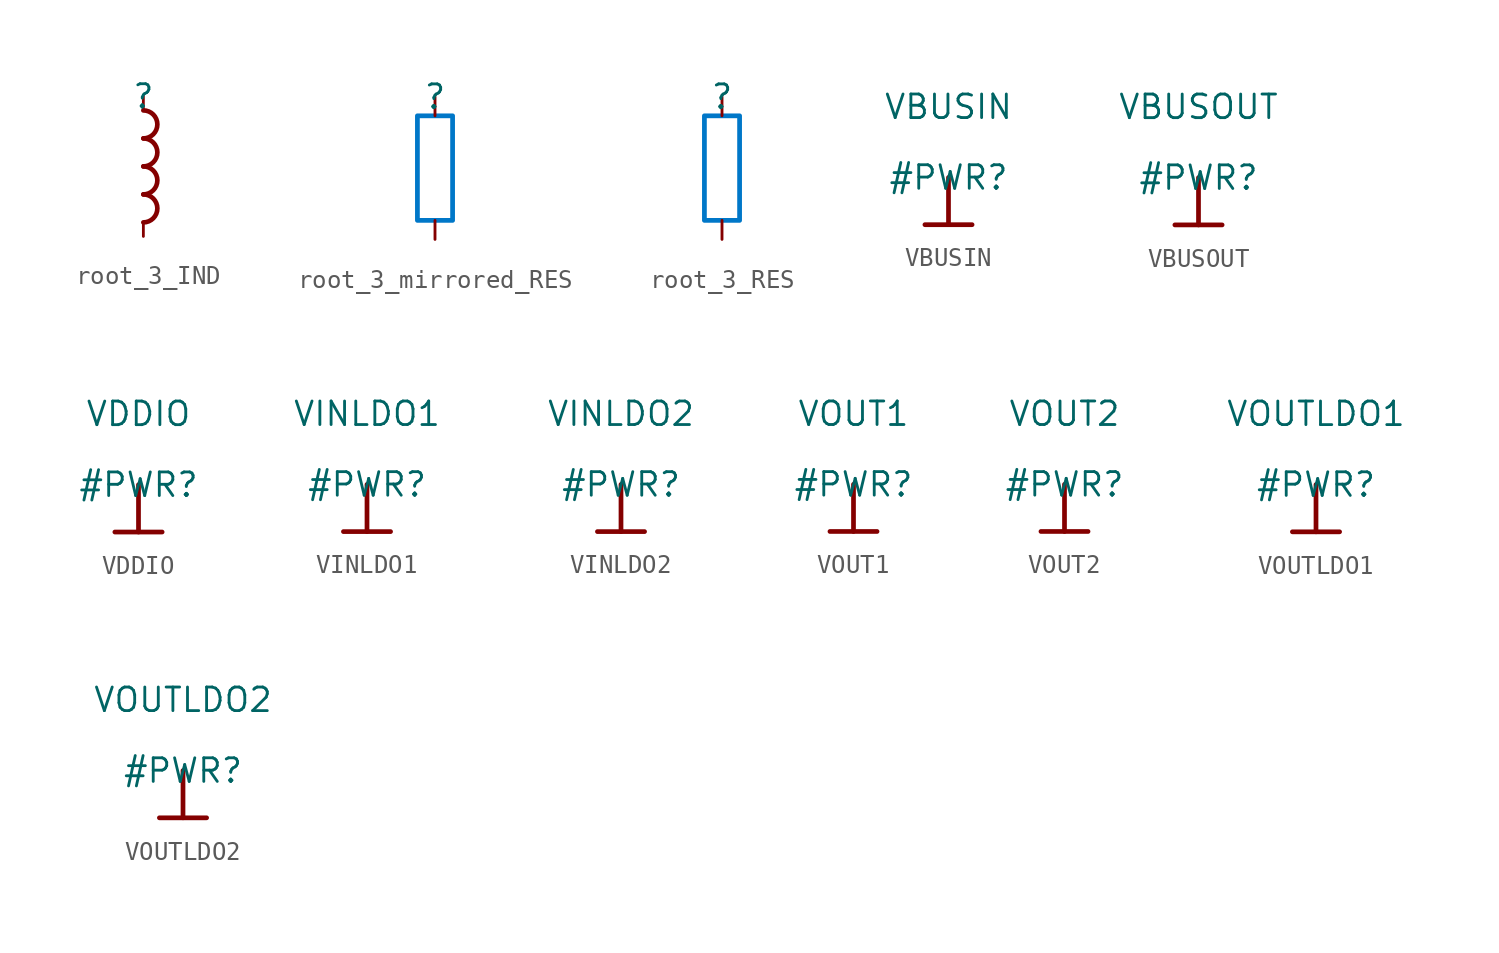
<source format=kicad_sym>
(kicad_symbol_lib
  (version 20220914)
  (generator kicad_symbol_editor)
  (symbol "root_3_IND"
    (property "Reference" ""
      (at 0 0 0)
      (effects (font (size 1.27 1.27))))
    (property "Value" ""
      (at 0 0 0)
      (effects (font (size 1.27 1.27))))
    (symbol "root_3_IND_1_0"
      (arc (start 0 -6.858) (mid 0.762 -6.096) (end 0 -5.334) (stroke (width 0.254) (type solid)) (fill (type none)))
      (arc (start 0 -5.334) (mid 0.762 -4.572) (end 0 -3.81) (stroke (width 0.254) (type solid)) (fill (type none)))
      (arc (start 0 -3.81) (mid 0.762 -3.048) (end 0 -2.286) (stroke (width 0.254) (type solid)) (fill (type none)))
      (arc (start 0 -2.286) (mid 0.762 -1.524) (end 0 -0.762) (stroke (width 0.254) (type solid)) (fill (type none)))
      (pin passive line (at 0 0 270) (length 0.762) (name "1" (effects (font (size 0 0)))) (number "1" (effects (font (size 0 0)))))
      (pin passive line (at 0 -7.62 90) (length 0.762) (name "2" (effects (font (size 0 0)))) (number "2" (effects (font (size 0 0)))))))
  (symbol "root_3_mirrored_RES"
    (property "Reference" ""
      (at 0 0 0)
      (effects (font (size 1.27 1.27))))
    (property "Value" ""
      (at 0 0 0)
      (effects (font (size 1.27 1.27))))
    (symbol "root_3_mirrored_RES_1_0"
      (polyline (pts (xy -0.94 -6.604) (xy -0.94 -1.016) (xy 0.94 -1.016) (xy 0.94 -6.604) (xy -0.94 -6.604)) (stroke (width 0.254) (type solid) (color 0 119 200 1)) (fill (type none)))
      (pin passive line (at 0 0 270) (length 1.016) (name "1" (effects (font (size 0 0)))) (number "1" (effects (font (size 0 0)))))
      (pin passive line (at 0 -7.62 90) (length 1.016) (name "2" (effects (font (size 0 0)))) (number "2" (effects (font (size 0 0)))))))
  (symbol "root_3_RES"
    (property "Reference" ""
      (at 0 0 0)
      (effects (font (size 1.27 1.27))))
    (property "Value" ""
      (at 0 0 0)
      (effects (font (size 1.27 1.27))))
    (symbol "root_3_RES_1_0"
      (polyline (pts (xy 0.94 -6.604) (xy 0.94 -1.016) (xy -0.94 -1.016) (xy -0.94 -6.604) (xy 0.94 -6.604)) (stroke (width 0.254) (type solid) (color 0 119 200 1)) (fill (type none)))
      (pin passive line (at 0 0 270) (length 1.016) (name "1" (effects (font (size 0 0)))) (number "1" (effects (font (size 0 0)))))
      (pin passive line (at 0 -7.62 90) (length 1.016) (name "2" (effects (font (size 0 0)))) (number "2" (effects (font (size 0 0)))))))
  (symbol "VBUSIN"
    (power)
    (property "Reference" "#PWR"
      (at 0 0 0)
      (effects (font (size 1.27 1.27))))
    (property "Value" "VBUSIN"
      (at 0 3.81 0)
      (effects (font (size 1.27 1.27))))
    (symbol "VBUSIN_0_0"
      (polyline (pts (xy -1.27 -2.54) (xy 1.27 -2.54)) (stroke (width 0.254) (type solid)) (fill (type none)))
      (polyline (pts (xy 0 0) (xy 0 -2.54)) (stroke (width 0.254) (type solid)) (fill (type none)))
      (pin power_in line (at 0 0 0) (length 0) hide (name "VBUSIN" (effects (font (size 1.27 1.27)))) (number "" (effects (font (size 1.27 1.27)))))))
  (symbol "VBUSOUT"
    (power)
    (property "Reference" "#PWR"
      (at 0 0 0)
      (effects (font (size 1.27 1.27))))
    (property "Value" "VBUSOUT"
      (at 0 3.81 0)
      (effects (font (size 1.27 1.27))))
    (symbol "VBUSOUT_0_0"
      (polyline (pts (xy -1.27 -2.54) (xy 1.27 -2.54)) (stroke (width 0.254) (type solid)) (fill (type none)))
      (polyline (pts (xy 0 0) (xy 0 -2.54)) (stroke (width 0.254) (type solid)) (fill (type none)))
      (pin power_in line (at 0 0 0) (length 0) hide (name "VBUSOUT" (effects (font (size 1.27 1.27)))) (number "" (effects (font (size 1.27 1.27)))))))
  (symbol "VDDIO"
    (power)
    (property "Reference" "#PWR"
      (at 0 0 0)
      (effects (font (size 1.27 1.27))))
    (property "Value" "VDDIO"
      (at 0 3.81 0)
      (effects (font (size 1.27 1.27))))
    (symbol "VDDIO_0_0"
      (polyline (pts (xy -1.27 -2.54) (xy 1.27 -2.54)) (stroke (width 0.254) (type solid)) (fill (type none)))
      (polyline (pts (xy 0 0) (xy 0 -2.54)) (stroke (width 0.254) (type solid)) (fill (type none)))
      (pin power_in line (at 0 0 0) (length 0) hide (name "VDDIO" (effects (font (size 1.27 1.27)))) (number "" (effects (font (size 1.27 1.27)))))))
  (symbol "VINLDO1"
    (power)
    (property "Reference" "#PWR"
      (at 0 0 0)
      (effects (font (size 1.27 1.27))))
    (property "Value" "VINLDO1"
      (at 0 3.81 0)
      (effects (font (size 1.27 1.27))))
    (symbol "VINLDO1_0_0"
      (polyline (pts (xy -1.27 -2.54) (xy 1.27 -2.54)) (stroke (width 0.254) (type solid)) (fill (type none)))
      (polyline (pts (xy 0 0) (xy 0 -2.54)) (stroke (width 0.254) (type solid)) (fill (type none)))
      (pin power_in line (at 0 0 0) (length 0) hide (name "VINLDO1" (effects (font (size 1.27 1.27)))) (number "" (effects (font (size 1.27 1.27)))))))
  (symbol "VINLDO2"
    (power)
    (property "Reference" "#PWR"
      (at 0 0 0)
      (effects (font (size 1.27 1.27))))
    (property "Value" "VINLDO2"
      (at 0 3.81 0)
      (effects (font (size 1.27 1.27))))
    (symbol "VINLDO2_0_0"
      (polyline (pts (xy -1.27 -2.54) (xy 1.27 -2.54)) (stroke (width 0.254) (type solid)) (fill (type none)))
      (polyline (pts (xy 0 0) (xy 0 -2.54)) (stroke (width 0.254) (type solid)) (fill (type none)))
      (pin power_in line (at 0 0 0) (length 0) hide (name "VINLDO2" (effects (font (size 1.27 1.27)))) (number "" (effects (font (size 1.27 1.27)))))))
  (symbol "VOUT1"
    (power)
    (property "Reference" "#PWR"
      (at 0 0 0)
      (effects (font (size 1.27 1.27))))
    (property "Value" "VOUT1"
      (at 0 3.81 0)
      (effects (font (size 1.27 1.27))))
    (symbol "VOUT1_0_0"
      (polyline (pts (xy -1.27 -2.54) (xy 1.27 -2.54)) (stroke (width 0.254) (type solid)) (fill (type none)))
      (polyline (pts (xy 0 0) (xy 0 -2.54)) (stroke (width 0.254) (type solid)) (fill (type none)))
      (pin power_in line (at 0 0 0) (length 0) hide (name "VOUT1" (effects (font (size 1.27 1.27)))) (number "" (effects (font (size 1.27 1.27)))))))
  (symbol "VOUT2"
    (power)
    (property "Reference" "#PWR"
      (at 0 0 0)
      (effects (font (size 1.27 1.27))))
    (property "Value" "VOUT2"
      (at 0 3.81 0)
      (effects (font (size 1.27 1.27))))
    (symbol "VOUT2_0_0"
      (polyline (pts (xy -1.27 -2.54) (xy 1.27 -2.54)) (stroke (width 0.254) (type solid)) (fill (type none)))
      (polyline (pts (xy 0 0) (xy 0 -2.54)) (stroke (width 0.254) (type solid)) (fill (type none)))
      (pin power_in line (at 0 0 0) (length 0) hide (name "VOUT2" (effects (font (size 1.27 1.27)))) (number "" (effects (font (size 1.27 1.27)))))))
  (symbol "VOUTLDO1"
    (power)
    (property "Reference" "#PWR"
      (at 0 0 0)
      (effects (font (size 1.27 1.27))))
    (property "Value" "VOUTLDO1"
      (at 0 3.81 0)
      (effects (font (size 1.27 1.27))))
    (symbol "VOUTLDO1_0_0"
      (polyline (pts (xy -1.27 -2.54) (xy 1.27 -2.54)) (stroke (width 0.254) (type solid)) (fill (type none)))
      (polyline (pts (xy 0 0) (xy 0 -2.54)) (stroke (width 0.254) (type solid)) (fill (type none)))
      (pin power_in line (at 0 0 0) (length 0) hide (name "VOUTLDO1" (effects (font (size 1.27 1.27)))) (number "" (effects (font (size 1.27 1.27)))))))
  (symbol "VOUTLDO2"
    (power)
    (property "Reference" "#PWR"
      (at 0 0 0)
      (effects (font (size 1.27 1.27))))
    (property "Value" "VOUTLDO2"
      (at 0 3.81 0)
      (effects (font (size 1.27 1.27))))
    (symbol "VOUTLDO2_0_0"
      (polyline (pts (xy -1.27 -2.54) (xy 1.27 -2.54)) (stroke (width 0.254) (type solid)) (fill (type none)))
      (polyline (pts (xy 0 0) (xy 0 -2.54)) (stroke (width 0.254) (type solid)) (fill (type none)))
      (pin power_in line (at 0 0 0) (length 0) hide (name "VOUTLDO2" (effects (font (size 1.27 1.27)))) (number "" (effects (font (size 1.27 1.27))))))))
</source>
